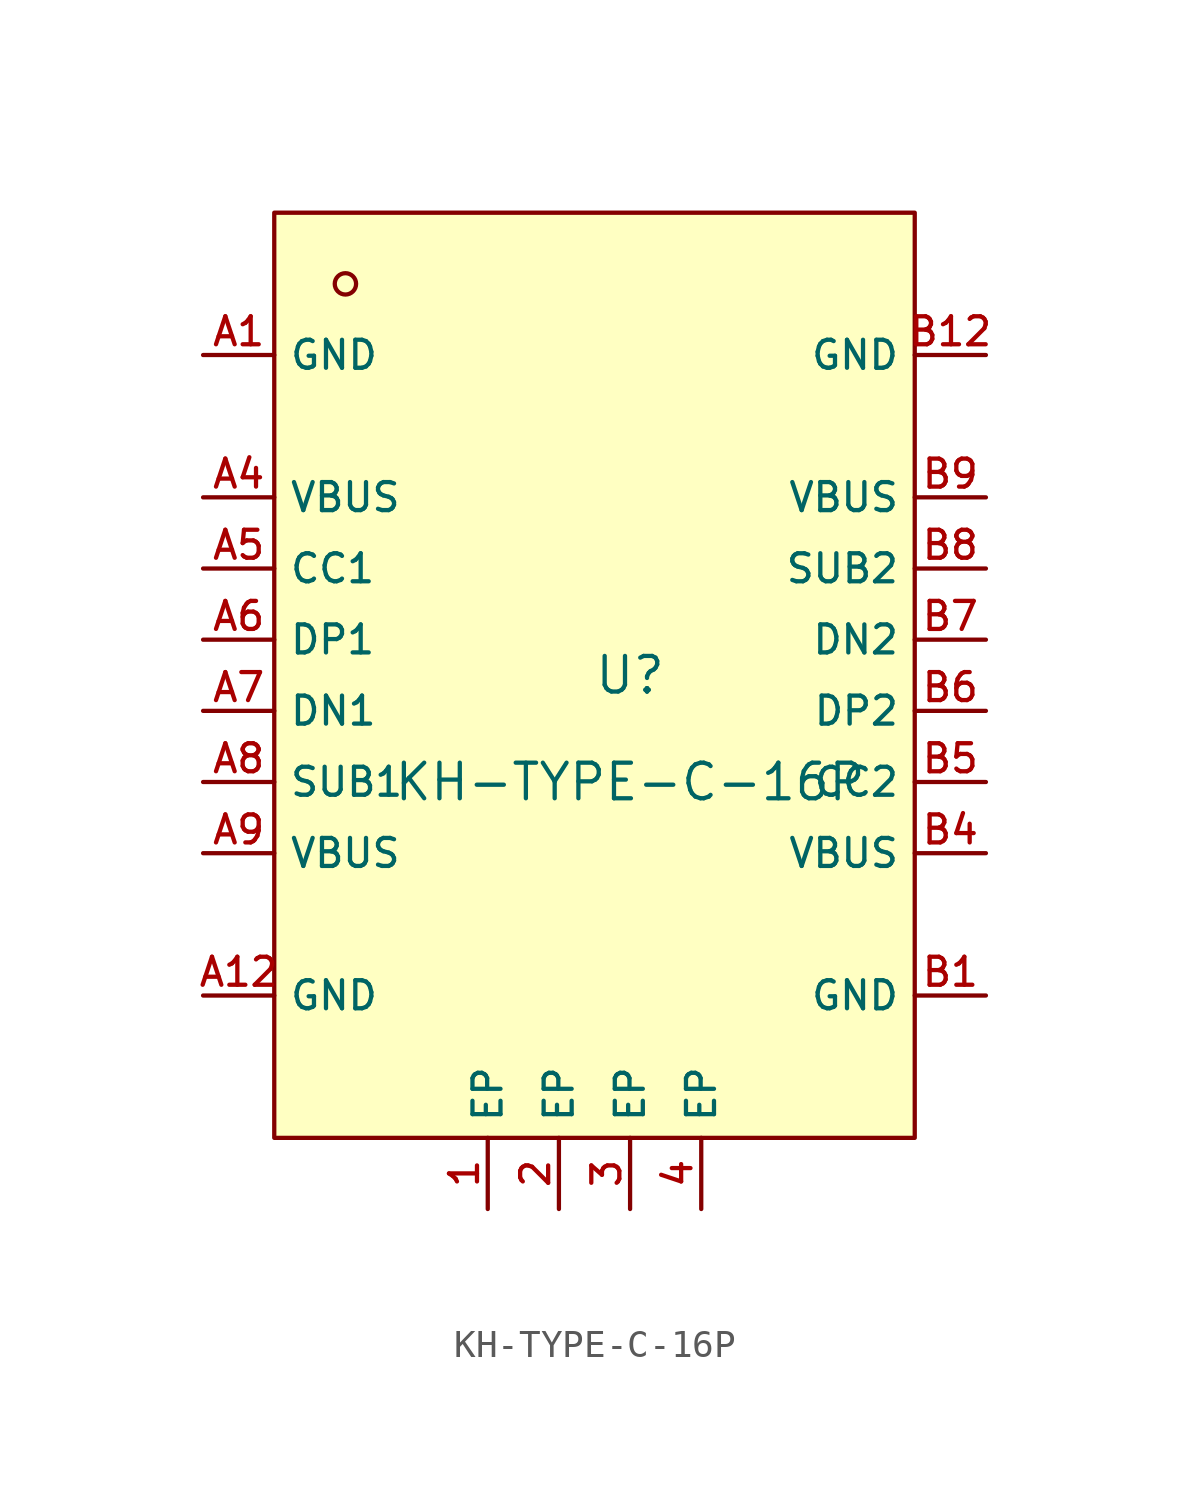
<source format=kicad_sym>
(kicad_symbol_lib
  (version 20210201)
  (generator TousstNicolas/JLC2KiCad_lib)
  (symbol "KH-TYPE-C-16P"
    (property "Reference" "U"
      (at 0 1.27 0)
      (effects (font (size 1.27 1.27))))
    (property "Value" "KH-TYPE-C-16P"
      (at 0 -2.54 0)
      (effects (font (size 1.27 1.27))))
    (symbol "KH-TYPE-C-16P_0_1"
      (pin unspecified line (at -15.24 -10.16 0) (length 2.54) (name "GND" (effects (font (size 1 1)))) (number "A12" (effects (font (size 1 1)))))
      (pin unspecified line (at -15.24 -5.08 0) (length 2.54) (name "VBUS" (effects (font (size 1 1)))) (number "A9" (effects (font (size 1 1)))))
      (pin unspecified line (at -15.24 -2.54 0) (length 2.54) (name "SUB1" (effects (font (size 1 1)))) (number "A8" (effects (font (size 1 1)))))
      (pin unspecified line (at -15.24 -0.0 0) (length 2.54) (name "DN1" (effects (font (size 1 1)))) (number "A7" (effects (font (size 1 1)))))
      (pin unspecified line (at -15.24 2.54 0) (length 2.54) (name "DP1" (effects (font (size 1 1)))) (number "A6" (effects (font (size 1 1)))))
      (pin unspecified line (at -15.24 5.08 0) (length 2.54) (name "CC1" (effects (font (size 1 1)))) (number "A5" (effects (font (size 1 1)))))
      (pin unspecified line (at -15.24 7.62 0) (length 2.54) (name "VBUS" (effects (font (size 1 1)))) (number "A4" (effects (font (size 1 1)))))
      (pin unspecified line (at -15.24 12.7 0) (length 2.54) (name "GND" (effects (font (size 1 1)))) (number "A1" (effects (font (size 1 1)))))
      (pin unspecified line (at 12.7 12.7 180) (length 2.54) (name "GND" (effects (font (size 1 1)))) (number "B12" (effects (font (size 1 1)))))
      (pin unspecified line (at 12.7 7.62 180) (length 2.54) (name "VBUS" (effects (font (size 1 1)))) (number "B9" (effects (font (size 1 1)))))
      (pin unspecified line (at 12.7 5.08 180) (length 2.54) (name "SUB2" (effects (font (size 1 1)))) (number "B8" (effects (font (size 1 1)))))
      (pin unspecified line (at 12.7 2.54 180) (length 2.54) (name "DN2" (effects (font (size 1 1)))) (number "B7" (effects (font (size 1 1)))))
      (pin unspecified line (at 12.7 -0.0 180) (length 2.54) (name "DP2" (effects (font (size 1 1)))) (number "B6" (effects (font (size 1 1)))))
      (pin unspecified line (at 12.7 -2.54 180) (length 2.54) (name "CC2" (effects (font (size 1 1)))) (number "B5" (effects (font (size 1 1)))))
      (pin unspecified line (at 12.7 -5.08 180) (length 2.54) (name "VBUS" (effects (font (size 1 1)))) (number "B4" (effects (font (size 1 1)))))
      (pin unspecified line (at 12.7 -10.16 180) (length 2.54) (name "GND" (effects (font (size 1 1)))) (number "B1" (effects (font (size 1 1)))))
      (circle (center -10.16 15.24) (radius 0.381) (stroke (width 0) (type default) (color 0 0 0 0)) (fill (type background)))
      (rectangle (start -12.7 17.78) (end 10.16 -15.24) (stroke (width 0) (type default) (color 0 0 0 0)) (fill (type background)))
      (pin unspecified line (at -5.08 -17.78 90) (length 2.54) (name "EP" (effects (font (size 1 1)))) (number "1" (effects (font (size 1 1)))))
      (pin unspecified line (at -2.54 -17.78 90) (length 2.54) (name "EP" (effects (font (size 1 1)))) (number "2" (effects (font (size 1 1)))))
      (pin unspecified line (at 0.0 -17.78 90) (length 2.54) (name "EP" (effects (font (size 1 1)))) (number "3" (effects (font (size 1 1)))))
      (pin unspecified line (at 2.54 -17.78 90) (length 2.54) (name "EP" (effects (font (size 1 1)))) (number "4" (effects (font (size 1 1))))))))
</source>
